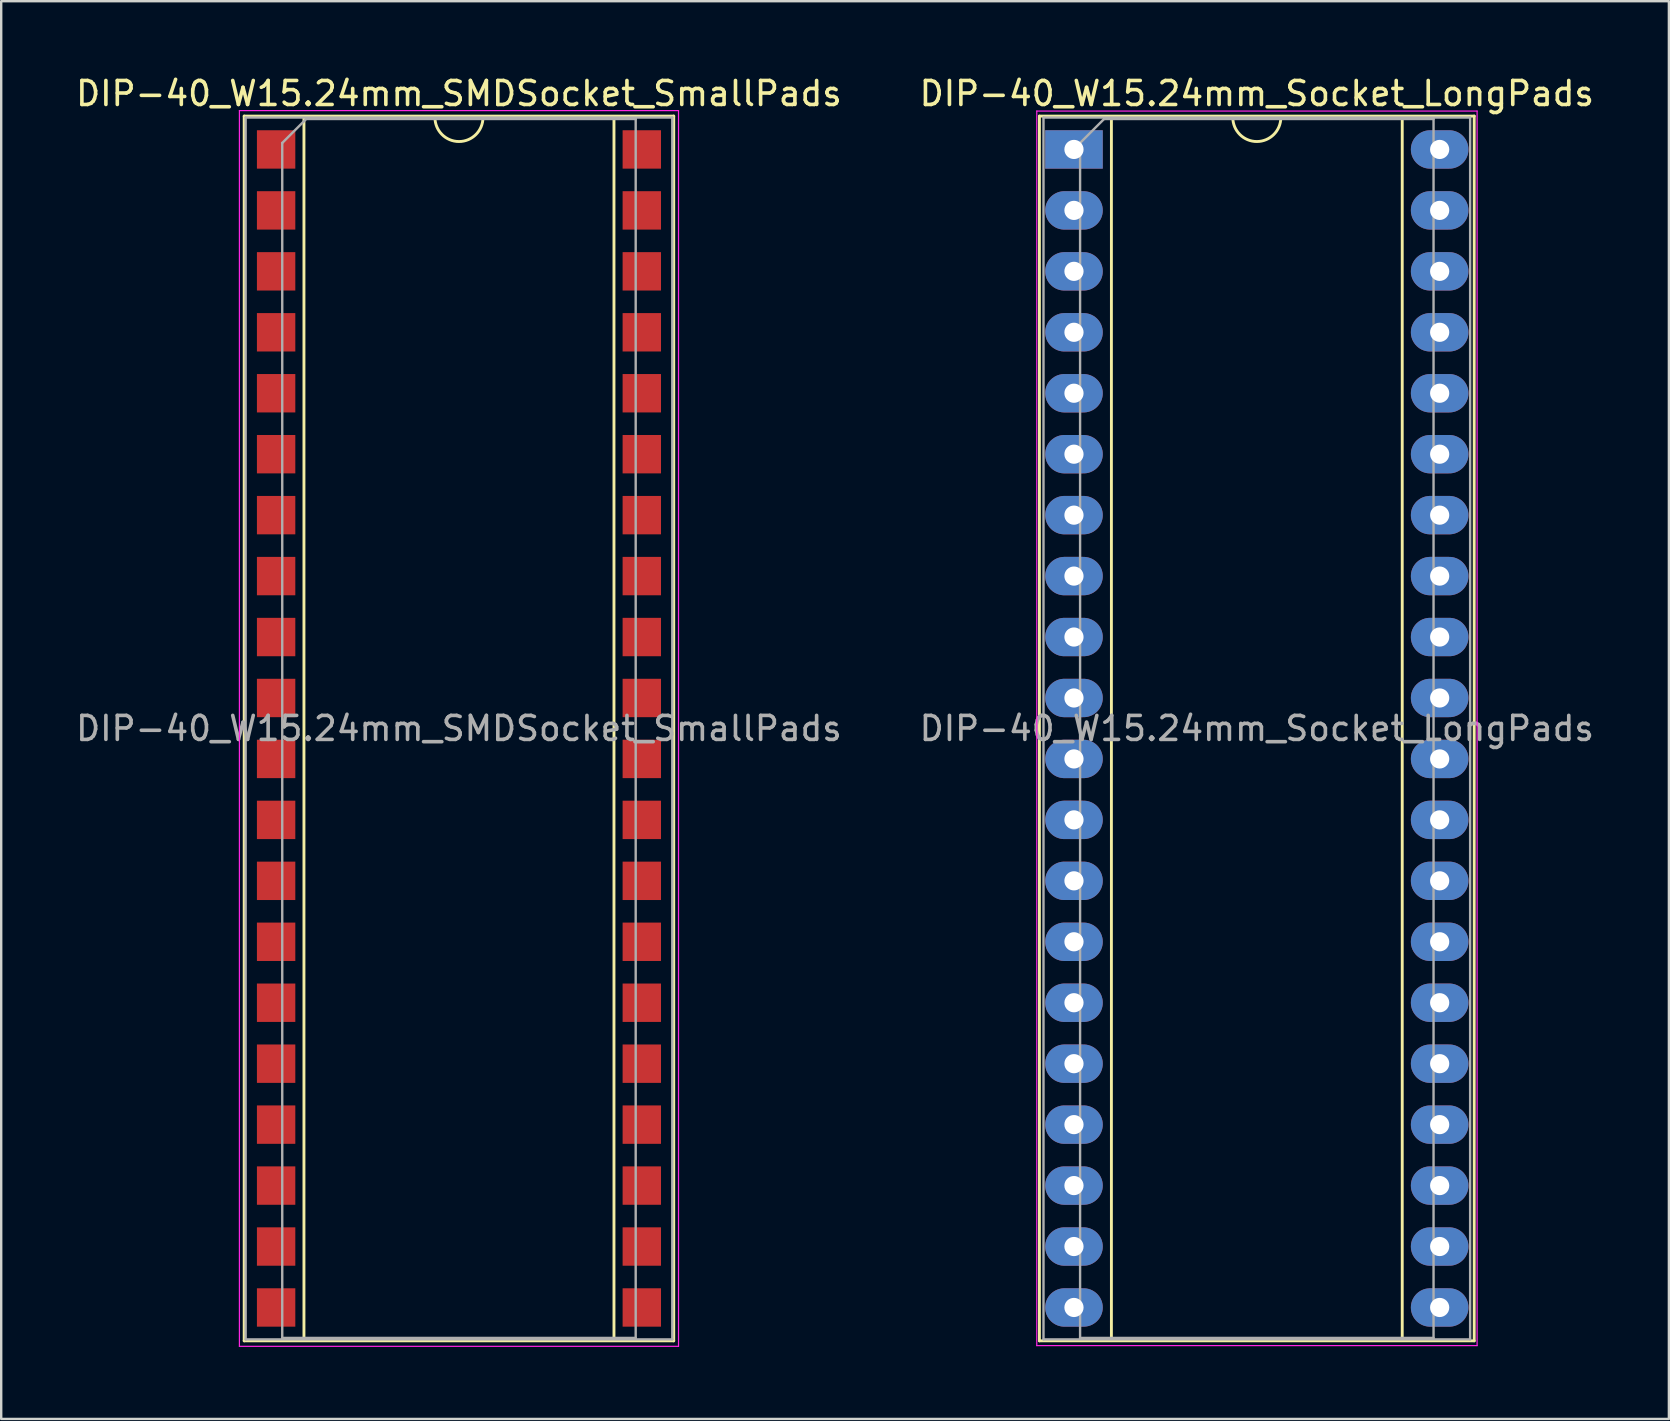
<source format=kicad_pcb>
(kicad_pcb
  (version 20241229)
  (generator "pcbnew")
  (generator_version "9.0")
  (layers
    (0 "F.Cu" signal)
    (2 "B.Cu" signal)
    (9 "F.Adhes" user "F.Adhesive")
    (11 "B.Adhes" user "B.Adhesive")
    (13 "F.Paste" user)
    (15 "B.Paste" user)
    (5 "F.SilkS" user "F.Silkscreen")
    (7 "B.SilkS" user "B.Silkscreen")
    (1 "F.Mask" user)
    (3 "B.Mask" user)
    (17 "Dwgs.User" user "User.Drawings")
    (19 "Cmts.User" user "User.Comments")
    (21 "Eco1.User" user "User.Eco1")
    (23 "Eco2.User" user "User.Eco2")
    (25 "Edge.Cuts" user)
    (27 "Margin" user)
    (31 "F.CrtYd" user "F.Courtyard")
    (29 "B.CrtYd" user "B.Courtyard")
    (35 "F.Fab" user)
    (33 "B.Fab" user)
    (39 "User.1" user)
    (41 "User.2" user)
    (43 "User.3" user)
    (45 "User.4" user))
  (footprint "DIP-40_W15.24mm_Socket_LongPads"
    (layer "F.Cu")
    (at 41.707 3.178)
    (property "Reference" "DIP-40_W15.24mm_Socket_LongPads" (at 7.62 -2.33 0) (layer "F.SilkS") (effects (font (size 1 1) (thickness 0.15))))
    (attr through_hole)
    (fp_line (start -1.44 -1.39) (end -1.44 49.65) (stroke (width 0.12) (type solid)) (layer "F.SilkS"))
    (fp_line (start -1.44 49.65) (end 16.68 49.65) (stroke (width 0.12) (type solid)) (layer "F.SilkS"))
    (fp_line (start 1.56 -1.33) (end 1.56 49.59) (stroke (width 0.12) (type solid)) (layer "F.SilkS"))
    (fp_line (start 1.56 49.59) (end 13.68 49.59) (stroke (width 0.12) (type solid)) (layer "F.SilkS"))
    (fp_line (start 6.62 -1.33) (end 1.56 -1.33) (stroke (width 0.12) (type solid)) (layer "F.SilkS"))
    (fp_line (start 13.68 -1.33) (end 8.62 -1.33) (stroke (width 0.12) (type solid)) (layer "F.SilkS"))
    (fp_line (start 13.68 49.59) (end 13.68 -1.33) (stroke (width 0.12) (type solid)) (layer "F.SilkS"))
    (fp_line (start 16.68 -1.39) (end -1.44 -1.39) (stroke (width 0.12) (type solid)) (layer "F.SilkS"))
    (fp_line (start 16.68 49.65) (end 16.68 -1.39) (stroke (width 0.12) (type solid)) (layer "F.SilkS"))
    (fp_arc (start 8.62 -1.33) (mid 7.62 -0.33) (end 6.62 -1.33) (stroke (width 0.12) (type solid)) (layer "F.SilkS"))
    (fp_line (start -1.55 -1.6) (end -1.55 49.85) (stroke (width 0.05) (type solid)) (layer "F.CrtYd"))
    (fp_line (start -1.55 49.85) (end 16.8 49.85) (stroke (width 0.05) (type solid)) (layer "F.CrtYd"))
    (fp_line (start 16.8 -1.6) (end -1.55 -1.6) (stroke (width 0.05) (type solid)) (layer "F.CrtYd"))
    (fp_line (start 16.8 49.85) (end 16.8 -1.6) (stroke (width 0.05) (type solid)) (layer "F.CrtYd"))
    (fp_line (start -1.27 -1.33) (end -1.27 49.59) (stroke (width 0.1) (type solid)) (layer "F.Fab"))
    (fp_line (start -1.27 49.59) (end 16.51 49.59) (stroke (width 0.1) (type solid)) (layer "F.Fab"))
    (fp_line (start 0.255 -0.27) (end 1.255 -1.27) (stroke (width 0.1) (type solid)) (layer "F.Fab"))
    (fp_line (start 0.255 49.53) (end 0.255 -0.27) (stroke (width 0.1) (type solid)) (layer "F.Fab"))
    (fp_line (start 1.255 -1.27) (end 14.985 -1.27) (stroke (width 0.1) (type solid)) (layer "F.Fab"))
    (fp_line (start 14.985 -1.27) (end 14.985 49.53) (stroke (width 0.1) (type solid)) (layer "F.Fab"))
    (fp_line (start 14.985 49.53) (end 0.255 49.53) (stroke (width 0.1) (type solid)) (layer "F.Fab"))
    (fp_line (start 16.51 -1.33) (end -1.27 -1.33) (stroke (width 0.1) (type solid)) (layer "F.Fab"))
    (fp_line (start 16.51 49.59) (end 16.51 -1.33) (stroke (width 0.1) (type solid)) (layer "F.Fab"))
    (fp_text user "${REFERENCE}" (at 7.62 24.13 0) (layer "F.Fab") (effects (font (size 1 1) (thickness 0.15))))
    (pad "1" thru_hole rect (at 0 0) (size 2.4 1.6) (drill 0.8) (layers "*.Cu" "*.Mask"))
    (pad "2" thru_hole oval (at 0 2.54) (size 2.4 1.6) (drill 0.8) (layers "*.Cu" "*.Mask"))
    (pad "3" thru_hole oval (at 0 5.08) (size 2.4 1.6) (drill 0.8) (layers "*.Cu" "*.Mask"))
    (pad "4" thru_hole oval (at 0 7.62) (size 2.4 1.6) (drill 0.8) (layers "*.Cu" "*.Mask"))
    (pad "5" thru_hole oval (at 0 10.16) (size 2.4 1.6) (drill 0.8) (layers "*.Cu" "*.Mask"))
    (pad "6" thru_hole oval (at 0 12.7) (size 2.4 1.6) (drill 0.8) (layers "*.Cu" "*.Mask"))
    (pad "7" thru_hole oval (at 0 15.24) (size 2.4 1.6) (drill 0.8) (layers "*.Cu" "*.Mask"))
    (pad "8" thru_hole oval (at 0 17.78) (size 2.4 1.6) (drill 0.8) (layers "*.Cu" "*.Mask"))
    (pad "9" thru_hole oval (at 0 20.32) (size 2.4 1.6) (drill 0.8) (layers "*.Cu" "*.Mask"))
    (pad "10" thru_hole oval (at 0 22.86) (size 2.4 1.6) (drill 0.8) (layers "*.Cu" "*.Mask"))
    (pad "11" thru_hole oval (at 0 25.4) (size 2.4 1.6) (drill 0.8) (layers "*.Cu" "*.Mask"))
    (pad "12" thru_hole oval (at 0 27.94) (size 2.4 1.6) (drill 0.8) (layers "*.Cu" "*.Mask"))
    (pad "13" thru_hole oval (at 0 30.48) (size 2.4 1.6) (drill 0.8) (layers "*.Cu" "*.Mask"))
    (pad "14" thru_hole oval (at 0 33.02) (size 2.4 1.6) (drill 0.8) (layers "*.Cu" "*.Mask"))
    (pad "15" thru_hole oval (at 0 35.56) (size 2.4 1.6) (drill 0.8) (layers "*.Cu" "*.Mask"))
    (pad "16" thru_hole oval (at 0 38.1) (size 2.4 1.6) (drill 0.8) (layers "*.Cu" "*.Mask"))
    (pad "17" thru_hole oval (at 0 40.64) (size 2.4 1.6) (drill 0.8) (layers "*.Cu" "*.Mask"))
    (pad "18" thru_hole oval (at 0 43.18) (size 2.4 1.6) (drill 0.8) (layers "*.Cu" "*.Mask"))
    (pad "19" thru_hole oval (at 0 45.72) (size 2.4 1.6) (drill 0.8) (layers "*.Cu" "*.Mask"))
    (pad "20" thru_hole oval (at 0 48.26) (size 2.4 1.6) (drill 0.8) (layers "*.Cu" "*.Mask"))
    (pad "21" thru_hole oval (at 15.24 48.26) (size 2.4 1.6) (drill 0.8) (layers "*.Cu" "*.Mask"))
    (pad "22" thru_hole oval (at 15.24 45.72) (size 2.4 1.6) (drill 0.8) (layers "*.Cu" "*.Mask"))
    (pad "23" thru_hole oval (at 15.24 43.18) (size 2.4 1.6) (drill 0.8) (layers "*.Cu" "*.Mask"))
    (pad "24" thru_hole oval (at 15.24 40.64) (size 2.4 1.6) (drill 0.8) (layers "*.Cu" "*.Mask"))
    (pad "25" thru_hole oval (at 15.24 38.1) (size 2.4 1.6) (drill 0.8) (layers "*.Cu" "*.Mask"))
    (pad "26" thru_hole oval (at 15.24 35.56) (size 2.4 1.6) (drill 0.8) (layers "*.Cu" "*.Mask"))
    (pad "27" thru_hole oval (at 15.24 33.02) (size 2.4 1.6) (drill 0.8) (layers "*.Cu" "*.Mask"))
    (pad "28" thru_hole oval (at 15.24 30.48) (size 2.4 1.6) (drill 0.8) (layers "*.Cu" "*.Mask"))
    (pad "29" thru_hole oval (at 15.24 27.94) (size 2.4 1.6) (drill 0.8) (layers "*.Cu" "*.Mask"))
    (pad "30" thru_hole oval (at 15.24 25.4) (size 2.4 1.6) (drill 0.8) (layers "*.Cu" "*.Mask"))
    (pad "31" thru_hole oval (at 15.24 22.86) (size 2.4 1.6) (drill 0.8) (layers "*.Cu" "*.Mask"))
    (pad "32" thru_hole oval (at 15.24 20.32) (size 2.4 1.6) (drill 0.8) (layers "*.Cu" "*.Mask"))
    (pad "33" thru_hole oval (at 15.24 17.78) (size 2.4 1.6) (drill 0.8) (layers "*.Cu" "*.Mask"))
    (pad "34" thru_hole oval (at 15.24 15.24) (size 2.4 1.6) (drill 0.8) (layers "*.Cu" "*.Mask"))
    (pad "35" thru_hole oval (at 15.24 12.7) (size 2.4 1.6) (drill 0.8) (layers "*.Cu" "*.Mask"))
    (pad "36" thru_hole oval (at 15.24 10.16) (size 2.4 1.6) (drill 0.8) (layers "*.Cu" "*.Mask"))
    (pad "37" thru_hole oval (at 15.24 7.62) (size 2.4 1.6) (drill 0.8) (layers "*.Cu" "*.Mask"))
    (pad "38" thru_hole oval (at 15.24 5.08) (size 2.4 1.6) (drill 0.8) (layers "*.Cu" "*.Mask"))
    (pad "39" thru_hole oval (at 15.24 2.54) (size 2.4 1.6) (drill 0.8) (layers "*.Cu" "*.Mask"))
    (pad "40" thru_hole oval (at 15.24 0) (size 2.4 1.6) (drill 0.8) (layers "*.Cu" "*.Mask")))
  (footprint "DIP-40_W15.24mm_SMDSocket_SmallPads"
    (layer "F.Cu")
    (at 16.077 27.308)
    (property "Reference" "DIP-40_W15.24mm_SMDSocket_SmallPads" (at 0 -26.46 0) (layer "F.SilkS") (effects (font (size 1 1) (thickness 0.15))))
    (attr smd)
    (fp_line (start -8.95 -25.52) (end -8.95 25.52) (stroke (width 0.12) (type solid)) (layer "F.SilkS"))
    (fp_line (start -8.95 25.52) (end 8.95 25.52) (stroke (width 0.12) (type solid)) (layer "F.SilkS"))
    (fp_line (start -6.46 -25.46) (end -6.46 25.46) (stroke (width 0.12) (type solid)) (layer "F.SilkS"))
    (fp_line (start -6.46 25.46) (end 6.46 25.46) (stroke (width 0.12) (type solid)) (layer "F.SilkS"))
    (fp_line (start -1 -25.46) (end -6.46 -25.46) (stroke (width 0.12) (type solid)) (layer "F.SilkS"))
    (fp_line (start 6.46 -25.46) (end 1 -25.46) (stroke (width 0.12) (type solid)) (layer "F.SilkS"))
    (fp_line (start 6.46 25.46) (end 6.46 -25.46) (stroke (width 0.12) (type solid)) (layer "F.SilkS"))
    (fp_line (start 8.95 -25.52) (end -8.95 -25.52) (stroke (width 0.12) (type solid)) (layer "F.SilkS"))
    (fp_line (start 8.95 25.52) (end 8.95 -25.52) (stroke (width 0.12) (type solid)) (layer "F.SilkS"))
    (fp_arc (start 1 -25.46) (mid 0 -24.46) (end -1 -25.46) (stroke (width 0.12) (type solid)) (layer "F.SilkS"))
    (fp_line (start -9.15 -25.75) (end -9.15 25.75) (stroke (width 0.05) (type solid)) (layer "F.CrtYd"))
    (fp_line (start -9.15 25.75) (end 9.15 25.75) (stroke (width 0.05) (type solid)) (layer "F.CrtYd"))
    (fp_line (start 9.15 -25.75) (end -9.15 -25.75) (stroke (width 0.05) (type solid)) (layer "F.CrtYd"))
    (fp_line (start 9.15 25.75) (end 9.15 -25.75) (stroke (width 0.05) (type solid)) (layer "F.CrtYd"))
    (fp_line (start -8.89 -25.46) (end -8.89 25.46) (stroke (width 0.1) (type solid)) (layer "F.Fab"))
    (fp_line (start -8.89 25.46) (end 8.89 25.46) (stroke (width 0.1) (type solid)) (layer "F.Fab"))
    (fp_line (start -7.365 -24.4) (end -6.365 -25.4) (stroke (width 0.1) (type solid)) (layer "F.Fab"))
    (fp_line (start -7.365 25.4) (end -7.365 -24.4) (stroke (width 0.1) (type solid)) (layer "F.Fab"))
    (fp_line (start -6.365 -25.4) (end 7.365 -25.4) (stroke (width 0.1) (type solid)) (layer "F.Fab"))
    (fp_line (start 7.365 -25.4) (end 7.365 25.4) (stroke (width 0.1) (type solid)) (layer "F.Fab"))
    (fp_line (start 7.365 25.4) (end -7.365 25.4) (stroke (width 0.1) (type solid)) (layer "F.Fab"))
    (fp_line (start 8.89 -25.46) (end -8.89 -25.46) (stroke (width 0.1) (type solid)) (layer "F.Fab"))
    (fp_line (start 8.89 25.46) (end 8.89 -25.46) (stroke (width 0.1) (type solid)) (layer "F.Fab"))
    (fp_text user "${REFERENCE}" (at 0 0 0) (layer "F.Fab") (effects (font (size 1 1) (thickness 0.15))))
    (pad "1" smd rect (at -7.62 -24.13) (size 1.6 1.6) (layers "F.Cu" "F.Mask" "F.Paste"))
    (pad "2" smd rect (at -7.62 -21.59) (size 1.6 1.6) (layers "F.Cu" "F.Mask" "F.Paste"))
    (pad "3" smd rect (at -7.62 -19.05) (size 1.6 1.6) (layers "F.Cu" "F.Mask" "F.Paste"))
    (pad "4" smd rect (at -7.62 -16.51) (size 1.6 1.6) (layers "F.Cu" "F.Mask" "F.Paste"))
    (pad "5" smd rect (at -7.62 -13.97) (size 1.6 1.6) (layers "F.Cu" "F.Mask" "F.Paste"))
    (pad "6" smd rect (at -7.62 -11.43) (size 1.6 1.6) (layers "F.Cu" "F.Mask" "F.Paste"))
    (pad "7" smd rect (at -7.62 -8.89) (size 1.6 1.6) (layers "F.Cu" "F.Mask" "F.Paste"))
    (pad "8" smd rect (at -7.62 -6.35) (size 1.6 1.6) (layers "F.Cu" "F.Mask" "F.Paste"))
    (pad "9" smd rect (at -7.62 -3.81) (size 1.6 1.6) (layers "F.Cu" "F.Mask" "F.Paste"))
    (pad "10" smd rect (at -7.62 -1.27) (size 1.6 1.6) (layers "F.Cu" "F.Mask" "F.Paste"))
    (pad "11" smd rect (at -7.62 1.27) (size 1.6 1.6) (layers "F.Cu" "F.Mask" "F.Paste"))
    (pad "12" smd rect (at -7.62 3.81) (size 1.6 1.6) (layers "F.Cu" "F.Mask" "F.Paste"))
    (pad "13" smd rect (at -7.62 6.35) (size 1.6 1.6) (layers "F.Cu" "F.Mask" "F.Paste"))
    (pad "14" smd rect (at -7.62 8.89) (size 1.6 1.6) (layers "F.Cu" "F.Mask" "F.Paste"))
    (pad "15" smd rect (at -7.62 11.43) (size 1.6 1.6) (layers "F.Cu" "F.Mask" "F.Paste"))
    (pad "16" smd rect (at -7.62 13.97) (size 1.6 1.6) (layers "F.Cu" "F.Mask" "F.Paste"))
    (pad "17" smd rect (at -7.62 16.51) (size 1.6 1.6) (layers "F.Cu" "F.Mask" "F.Paste"))
    (pad "18" smd rect (at -7.62 19.05) (size 1.6 1.6) (layers "F.Cu" "F.Mask" "F.Paste"))
    (pad "19" smd rect (at -7.62 21.59) (size 1.6 1.6) (layers "F.Cu" "F.Mask" "F.Paste"))
    (pad "20" smd rect (at -7.62 24.13) (size 1.6 1.6) (layers "F.Cu" "F.Mask" "F.Paste"))
    (pad "21" smd rect (at 7.62 24.13) (size 1.6 1.6) (layers "F.Cu" "F.Mask" "F.Paste"))
    (pad "22" smd rect (at 7.62 21.59) (size 1.6 1.6) (layers "F.Cu" "F.Mask" "F.Paste"))
    (pad "23" smd rect (at 7.62 19.05) (size 1.6 1.6) (layers "F.Cu" "F.Mask" "F.Paste"))
    (pad "24" smd rect (at 7.62 16.51) (size 1.6 1.6) (layers "F.Cu" "F.Mask" "F.Paste"))
    (pad "25" smd rect (at 7.62 13.97) (size 1.6 1.6) (layers "F.Cu" "F.Mask" "F.Paste"))
    (pad "26" smd rect (at 7.62 11.43) (size 1.6 1.6) (layers "F.Cu" "F.Mask" "F.Paste"))
    (pad "27" smd rect (at 7.62 8.89) (size 1.6 1.6) (layers "F.Cu" "F.Mask" "F.Paste"))
    (pad "28" smd rect (at 7.62 6.35) (size 1.6 1.6) (layers "F.Cu" "F.Mask" "F.Paste"))
    (pad "29" smd rect (at 7.62 3.81) (size 1.6 1.6) (layers "F.Cu" "F.Mask" "F.Paste"))
    (pad "30" smd rect (at 7.62 1.27) (size 1.6 1.6) (layers "F.Cu" "F.Mask" "F.Paste"))
    (pad "31" smd rect (at 7.62 -1.27) (size 1.6 1.6) (layers "F.Cu" "F.Mask" "F.Paste"))
    (pad "32" smd rect (at 7.62 -3.81) (size 1.6 1.6) (layers "F.Cu" "F.Mask" "F.Paste"))
    (pad "33" smd rect (at 7.62 -6.35) (size 1.6 1.6) (layers "F.Cu" "F.Mask" "F.Paste"))
    (pad "34" smd rect (at 7.62 -8.89) (size 1.6 1.6) (layers "F.Cu" "F.Mask" "F.Paste"))
    (pad "35" smd rect (at 7.62 -11.43) (size 1.6 1.6) (layers "F.Cu" "F.Mask" "F.Paste"))
    (pad "36" smd rect (at 7.62 -13.97) (size 1.6 1.6) (layers "F.Cu" "F.Mask" "F.Paste"))
    (pad "37" smd rect (at 7.62 -16.51) (size 1.6 1.6) (layers "F.Cu" "F.Mask" "F.Paste"))
    (pad "38" smd rect (at 7.62 -19.05) (size 1.6 1.6) (layers "F.Cu" "F.Mask" "F.Paste"))
    (pad "39" smd rect (at 7.62 -21.59) (size 1.6 1.6) (layers "F.Cu" "F.Mask" "F.Paste"))
    (pad "40" smd rect (at 7.62 -24.13) (size 1.6 1.6) (layers "F.Cu" "F.Mask" "F.Paste")))
  (gr_rect
    (start -3 -3)
    (end 66.5 56.083)
    (stroke (width 0.1) (type default))
    (fill no)
    (layer "Edge.Cuts")))
</source>
